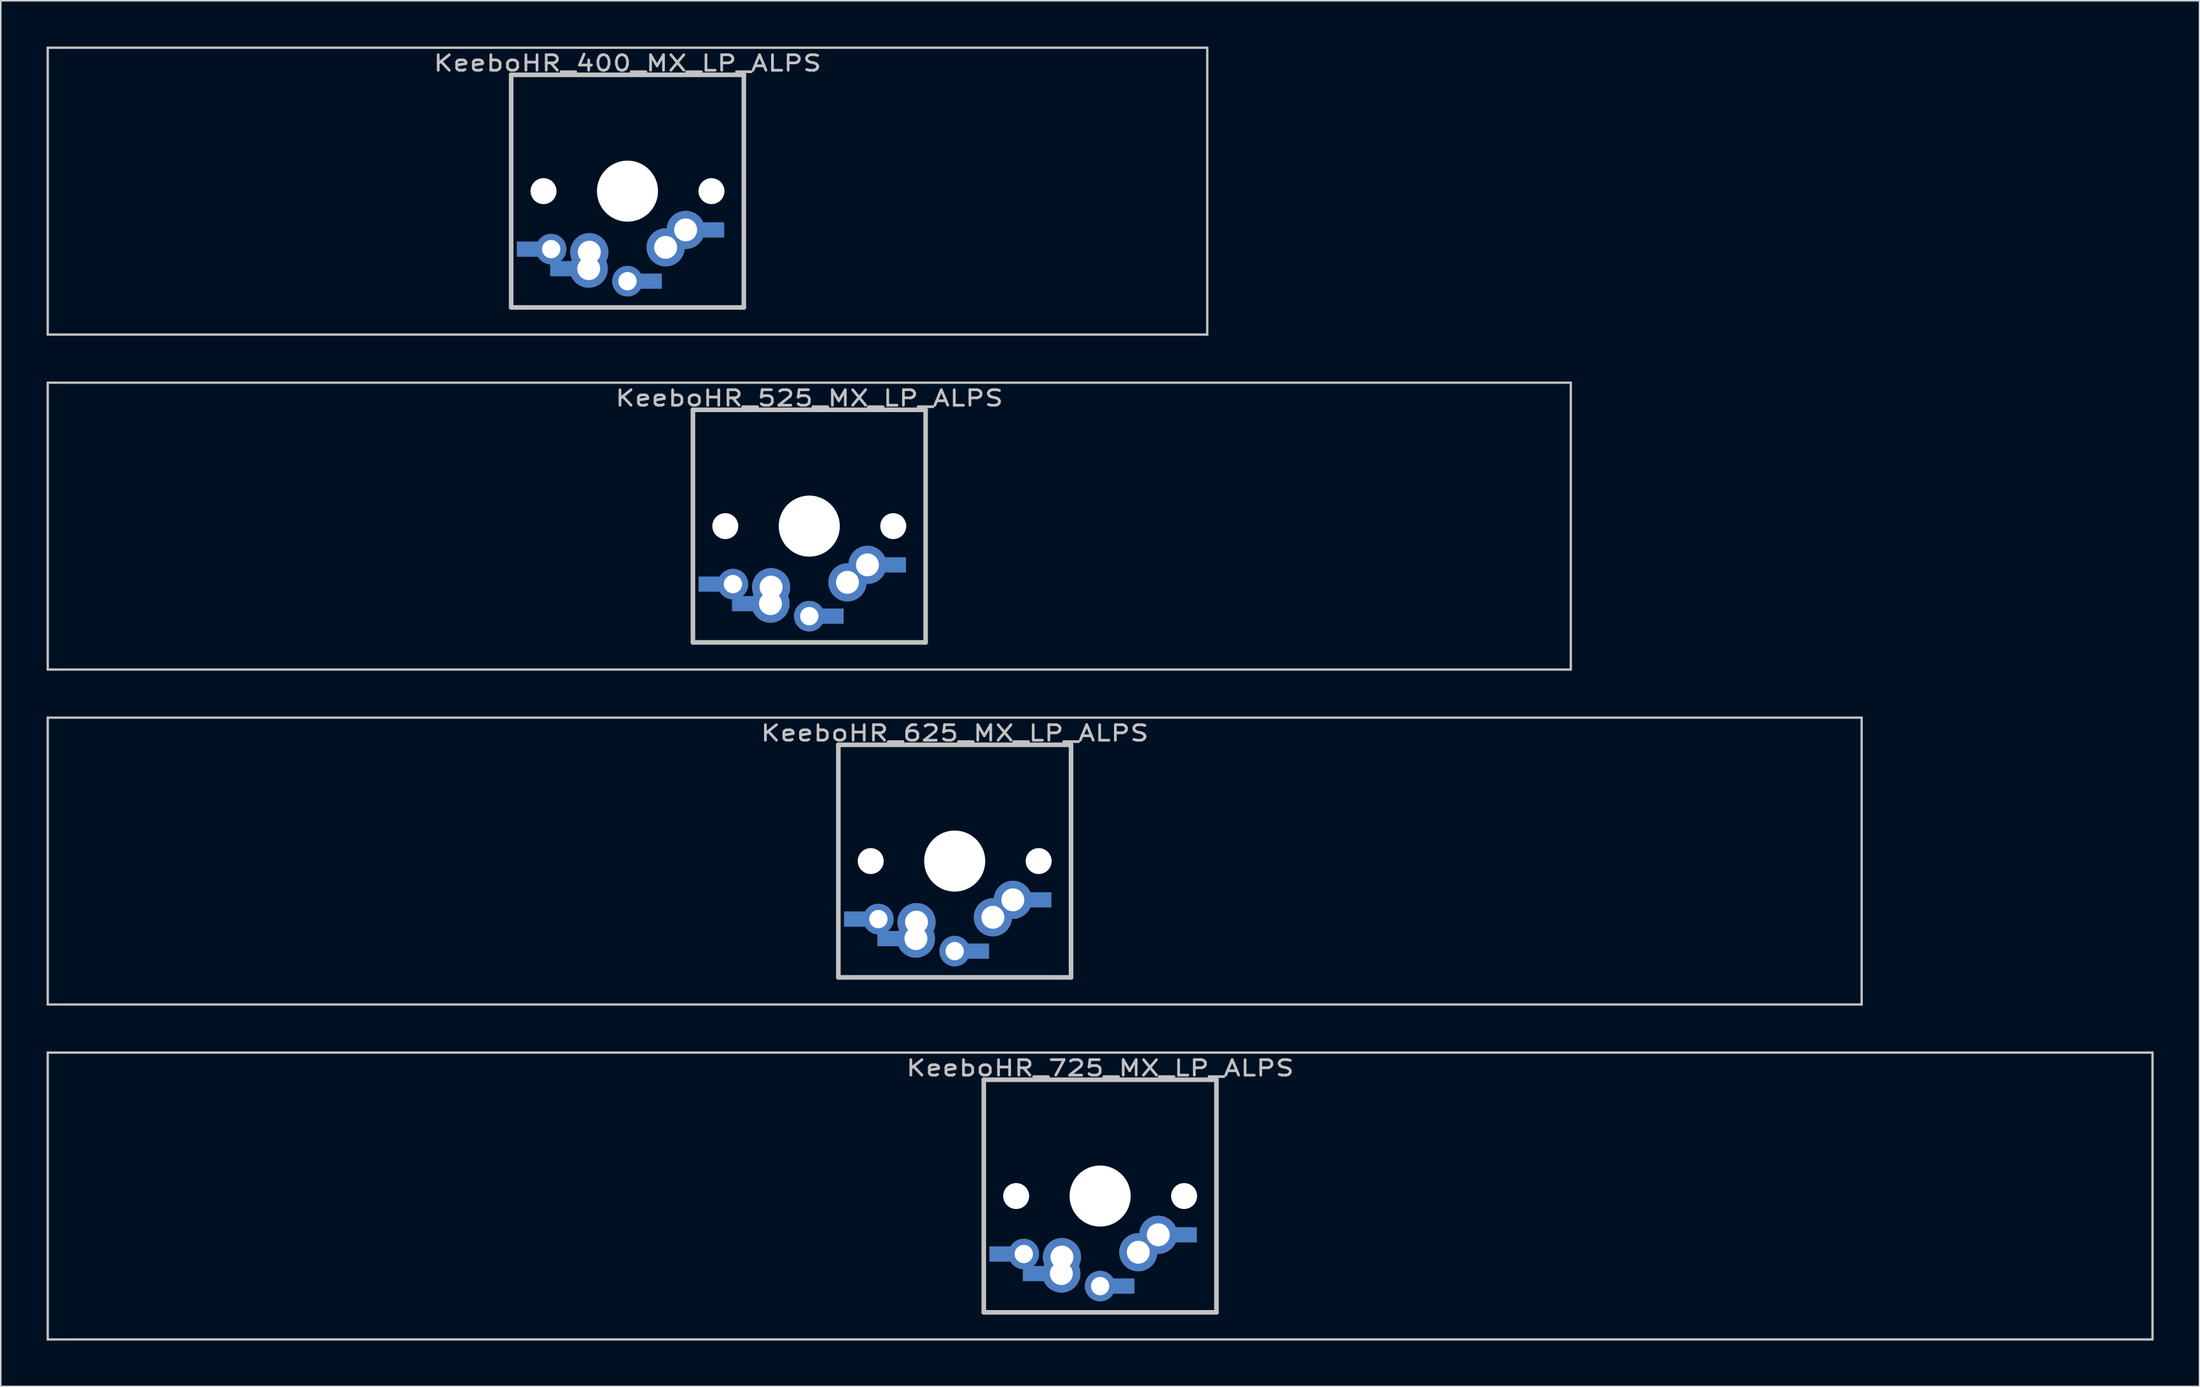
<source format=kicad_pcb>
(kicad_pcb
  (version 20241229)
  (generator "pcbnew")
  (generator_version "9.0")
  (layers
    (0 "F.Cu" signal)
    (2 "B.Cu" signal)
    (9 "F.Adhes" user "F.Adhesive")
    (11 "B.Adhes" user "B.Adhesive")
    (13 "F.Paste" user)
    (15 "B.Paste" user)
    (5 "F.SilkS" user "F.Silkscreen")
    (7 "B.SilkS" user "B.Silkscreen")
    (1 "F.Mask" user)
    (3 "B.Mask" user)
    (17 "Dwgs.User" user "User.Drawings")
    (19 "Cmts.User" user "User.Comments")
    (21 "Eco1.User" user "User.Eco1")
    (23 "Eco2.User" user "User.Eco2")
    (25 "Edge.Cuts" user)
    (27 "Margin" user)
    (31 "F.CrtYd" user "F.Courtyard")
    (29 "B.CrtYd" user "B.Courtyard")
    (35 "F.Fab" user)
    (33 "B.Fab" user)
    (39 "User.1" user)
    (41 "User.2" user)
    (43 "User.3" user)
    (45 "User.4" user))
  (footprint "KeeboHR_400_MX_LP_ALPS"
    (layer "B.Cu")
    (at 38.049 9.474)
    (property "Reference" "KeeboHR_400_MX_LP_ALPS" (at 0 -8.382 0) (layer "Dwgs.User") (effects (font (size 1.016 1.27) (thickness 0.178))))
    (attr through_hole)
    (fp_line (start -37.973 -9.398) (end 37.973 -9.398) (stroke (width 0.152) (type solid)) (layer "Dwgs.User"))
    (fp_line (start -37.973 9.398) (end -37.973 -9.398) (stroke (width 0.152) (type solid)) (layer "Dwgs.User"))
    (fp_line (start -7.62 -7.62) (end 7.62 -7.62) (stroke (width 0.3) (type solid)) (layer "Dwgs.User"))
    (fp_line (start -7.62 7.62) (end -7.62 -7.62) (stroke (width 0.3) (type solid)) (layer "Dwgs.User"))
    (fp_line (start 7.62 -7.62) (end 7.62 7.62) (stroke (width 0.3) (type solid)) (layer "Dwgs.User"))
    (fp_line (start 7.62 7.62) (end -7.62 7.62) (stroke (width 0.3) (type solid)) (layer "Dwgs.User"))
    (fp_line (start 37.973 -9.398) (end 37.973 9.398) (stroke (width 0.152) (type solid)) (layer "Dwgs.User"))
    (fp_line (start 37.973 9.398) (end -37.973 9.398) (stroke (width 0.152) (type solid)) (layer "Dwgs.User"))
    (pad "" np_thru_hole circle (at -5.5 0) (size 1.7 1.7) (drill 1.7) (layers "*.Cu" "*.Mask"))
    (pad "" np_thru_hole circle (at 0 0) (size 4 4) (drill 4) (layers "*.Cu" "*.Mask"))
    (pad "" np_thru_hole circle (at 5.5 0) (size 1.7 1.7) (drill 1.7) (layers "*.Cu" "*.Mask"))
    (pad "1" thru_hole circle (at 0 5.9) (size 2 2) (drill 1.2) (layers "*.Cu" "*.Mask"))
    (pad "1" smd rect (at 1.25 5.9) (size 2 1) (layers "B.Cu" "B.Mask"))
    (pad "1" thru_hole circle (at 2.5 3.683) (size 2.5 2.5) (drill 1.5) (layers "*.Cu" "*.Mask"))
    (pad "1" thru_hole circle (at 3.81 2.54) (size 2.5 2.5) (drill 1.5) (layers "*.Cu" "*.Mask"))
    (pad "1" smd rect (at 5.334 2.54) (size 2 1) (layers "B.Cu" "B.Mask"))
    (pad "2" smd rect (at -6.25 3.8) (size 2 1) (layers "B.Cu" "B.Mask"))
    (pad "2" thru_hole circle (at -5 3.8) (size 2 2) (drill 1.2) (layers "*.Cu" "*.Mask"))
    (pad "2" smd rect (at -4.064 5.08) (size 2 1) (layers "B.Cu" "B.Mask"))
    (pad "2" thru_hole circle (at -2.54 5.08) (size 2.5 2.5) (drill 1.5) (layers "*.Cu" "*.Mask"))
    (pad "2" thru_hole circle (at -2.5 4) (size 2.5 2.5) (drill 1.5) (layers "*.Cu" "*.Mask")))
  (footprint "KeeboHR_725_MX_LP_ALPS"
    (layer "B.Cu")
    (at 69.005 75.319)
    (property "Reference" "KeeboHR_725_MX_LP_ALPS" (at 0 -8.382 0) (layer "Dwgs.User") (effects (font (size 1.016 1.27) (thickness 0.178))))
    (attr through_hole)
    (fp_line (start -68.929 -9.398) (end 68.929 -9.398) (stroke (width 0.152) (type solid)) (layer "Dwgs.User"))
    (fp_line (start -68.929 9.398) (end -68.929 -9.398) (stroke (width 0.152) (type solid)) (layer "Dwgs.User"))
    (fp_line (start -7.62 -7.62) (end 7.62 -7.62) (stroke (width 0.3) (type solid)) (layer "Dwgs.User"))
    (fp_line (start -7.62 7.62) (end -7.62 -7.62) (stroke (width 0.3) (type solid)) (layer "Dwgs.User"))
    (fp_line (start 7.62 -7.62) (end 7.62 7.62) (stroke (width 0.3) (type solid)) (layer "Dwgs.User"))
    (fp_line (start 7.62 7.62) (end -7.62 7.62) (stroke (width 0.3) (type solid)) (layer "Dwgs.User"))
    (fp_line (start 68.929 -9.398) (end 68.929 9.398) (stroke (width 0.152) (type solid)) (layer "Dwgs.User"))
    (fp_line (start 68.929 9.398) (end -68.929 9.398) (stroke (width 0.152) (type solid)) (layer "Dwgs.User"))
    (pad "" np_thru_hole circle (at -5.5 0) (size 1.7 1.7) (drill 1.7) (layers "*.Cu" "*.Mask"))
    (pad "" np_thru_hole circle (at 0 0) (size 4 4) (drill 4) (layers "*.Cu" "*.Mask"))
    (pad "" np_thru_hole circle (at 5.5 0) (size 1.7 1.7) (drill 1.7) (layers "*.Cu" "*.Mask"))
    (pad "1" thru_hole circle (at 0 5.9) (size 2 2) (drill 1.2) (layers "*.Cu" "*.Mask"))
    (pad "1" smd rect (at 1.25 5.9) (size 2 1) (layers "B.Cu" "B.Mask"))
    (pad "1" thru_hole circle (at 2.5 3.683) (size 2.5 2.5) (drill 1.5) (layers "*.Cu" "*.Mask"))
    (pad "1" thru_hole circle (at 3.81 2.54) (size 2.5 2.5) (drill 1.5) (layers "*.Cu" "*.Mask"))
    (pad "1" smd rect (at 5.334 2.54) (size 2 1) (layers "B.Cu" "B.Mask"))
    (pad "2" smd rect (at -6.25 3.8) (size 2 1) (layers "B.Cu" "B.Mask"))
    (pad "2" thru_hole circle (at -5 3.8) (size 2 2) (drill 1.2) (layers "*.Cu" "*.Mask"))
    (pad "2" smd rect (at -4.064 5.08) (size 2 1) (layers "B.Cu" "B.Mask"))
    (pad "2" thru_hole circle (at -2.54 5.08) (size 2.5 2.5) (drill 1.5) (layers "*.Cu" "*.Mask"))
    (pad "2" thru_hole circle (at -2.5 4) (size 2.5 2.5) (drill 1.5) (layers "*.Cu" "*.Mask")))
  (footprint "KeeboHR_625_MX_LP_ALPS"
    (layer "B.Cu")
    (at 59.48 53.371)
    (property "Reference" "KeeboHR_625_MX_LP_ALPS" (at 0 -8.382 0) (layer "Dwgs.User") (effects (font (size 1.016 1.27) (thickness 0.178))))
    (attr through_hole)
    (fp_line (start -59.404 -9.398) (end 59.404 -9.398) (stroke (width 0.152) (type solid)) (layer "Dwgs.User"))
    (fp_line (start -59.404 9.398) (end -59.404 -9.398) (stroke (width 0.152) (type solid)) (layer "Dwgs.User"))
    (fp_line (start -7.62 -7.62) (end 7.62 -7.62) (stroke (width 0.3) (type solid)) (layer "Dwgs.User"))
    (fp_line (start -7.62 7.62) (end -7.62 -7.62) (stroke (width 0.3) (type solid)) (layer "Dwgs.User"))
    (fp_line (start 7.62 -7.62) (end 7.62 7.62) (stroke (width 0.3) (type solid)) (layer "Dwgs.User"))
    (fp_line (start 7.62 7.62) (end -7.62 7.62) (stroke (width 0.3) (type solid)) (layer "Dwgs.User"))
    (fp_line (start 59.404 -9.398) (end 59.404 9.398) (stroke (width 0.152) (type solid)) (layer "Dwgs.User"))
    (fp_line (start 59.404 9.398) (end -59.404 9.398) (stroke (width 0.152) (type solid)) (layer "Dwgs.User"))
    (pad "" np_thru_hole circle (at -5.5 0) (size 1.7 1.7) (drill 1.7) (layers "*.Cu" "*.Mask"))
    (pad "" np_thru_hole circle (at 0 0) (size 4 4) (drill 4) (layers "*.Cu" "*.Mask"))
    (pad "" np_thru_hole circle (at 5.5 0) (size 1.7 1.7) (drill 1.7) (layers "*.Cu" "*.Mask"))
    (pad "1" thru_hole circle (at 0 5.9) (size 2 2) (drill 1.2) (layers "*.Cu" "*.Mask"))
    (pad "1" smd rect (at 1.25 5.9) (size 2 1) (layers "B.Cu" "B.Mask"))
    (pad "1" thru_hole circle (at 2.5 3.683) (size 2.5 2.5) (drill 1.5) (layers "*.Cu" "*.Mask"))
    (pad "1" thru_hole circle (at 3.81 2.54) (size 2.5 2.5) (drill 1.5) (layers "*.Cu" "*.Mask"))
    (pad "1" smd rect (at 5.334 2.54) (size 2 1) (layers "B.Cu" "B.Mask"))
    (pad "2" smd rect (at -6.25 3.8) (size 2 1) (layers "B.Cu" "B.Mask"))
    (pad "2" thru_hole circle (at -5 3.8) (size 2 2) (drill 1.2) (layers "*.Cu" "*.Mask"))
    (pad "2" smd rect (at -4.064 5.08) (size 2 1) (layers "B.Cu" "B.Mask"))
    (pad "2" thru_hole circle (at -2.54 5.08) (size 2.5 2.5) (drill 1.5) (layers "*.Cu" "*.Mask"))
    (pad "2" thru_hole circle (at -2.5 4) (size 2.5 2.5) (drill 1.5) (layers "*.Cu" "*.Mask")))
  (footprint "KeeboHR_525_MX_LP_ALPS"
    (layer "B.Cu")
    (at 49.955 31.423)
    (property "Reference" "KeeboHR_525_MX_LP_ALPS" (at 0 -8.382 0) (layer "Dwgs.User") (effects (font (size 1.016 1.27) (thickness 0.178))))
    (attr through_hole)
    (fp_line (start -49.879 -9.398) (end 49.879 -9.398) (stroke (width 0.152) (type solid)) (layer "Dwgs.User"))
    (fp_line (start -49.879 9.398) (end -49.879 -9.398) (stroke (width 0.152) (type solid)) (layer "Dwgs.User"))
    (fp_line (start -7.62 -7.62) (end 7.62 -7.62) (stroke (width 0.3) (type solid)) (layer "Dwgs.User"))
    (fp_line (start -7.62 7.62) (end -7.62 -7.62) (stroke (width 0.3) (type solid)) (layer "Dwgs.User"))
    (fp_line (start 7.62 -7.62) (end 7.62 7.62) (stroke (width 0.3) (type solid)) (layer "Dwgs.User"))
    (fp_line (start 7.62 7.62) (end -7.62 7.62) (stroke (width 0.3) (type solid)) (layer "Dwgs.User"))
    (fp_line (start 49.879 -9.398) (end 49.879 9.398) (stroke (width 0.152) (type solid)) (layer "Dwgs.User"))
    (fp_line (start 49.879 9.398) (end -49.879 9.398) (stroke (width 0.152) (type solid)) (layer "Dwgs.User"))
    (pad "" np_thru_hole circle (at -5.5 0) (size 1.7 1.7) (drill 1.7) (layers "*.Cu" "*.Mask"))
    (pad "" np_thru_hole circle (at 0 0) (size 4 4) (drill 4) (layers "*.Cu" "*.Mask"))
    (pad "" np_thru_hole circle (at 5.5 0) (size 1.7 1.7) (drill 1.7) (layers "*.Cu" "*.Mask"))
    (pad "1" thru_hole circle (at 0 5.9) (size 2 2) (drill 1.2) (layers "*.Cu" "*.Mask"))
    (pad "1" smd rect (at 1.25 5.9) (size 2 1) (layers "B.Cu" "B.Mask"))
    (pad "1" thru_hole circle (at 2.5 3.683) (size 2.5 2.5) (drill 1.5) (layers "*.Cu" "*.Mask"))
    (pad "1" thru_hole circle (at 3.81 2.54) (size 2.5 2.5) (drill 1.5) (layers "*.Cu" "*.Mask"))
    (pad "1" smd rect (at 5.334 2.54) (size 2 1) (layers "B.Cu" "B.Mask"))
    (pad "2" smd rect (at -6.25 3.8) (size 2 1) (layers "B.Cu" "B.Mask"))
    (pad "2" thru_hole circle (at -5 3.8) (size 2 2) (drill 1.2) (layers "*.Cu" "*.Mask"))
    (pad "2" smd rect (at -4.064 5.08) (size 2 1) (layers "B.Cu" "B.Mask"))
    (pad "2" thru_hole circle (at -2.54 5.08) (size 2.5 2.5) (drill 1.5) (layers "*.Cu" "*.Mask"))
    (pad "2" thru_hole circle (at -2.5 4) (size 2.5 2.5) (drill 1.5) (layers "*.Cu" "*.Mask")))
  (gr_rect
    (start -3 -3)
    (end 141.011 87.794)
    (stroke (width 0.1) (type default))
    (fill no)
    (layer "Edge.Cuts")))
</source>
